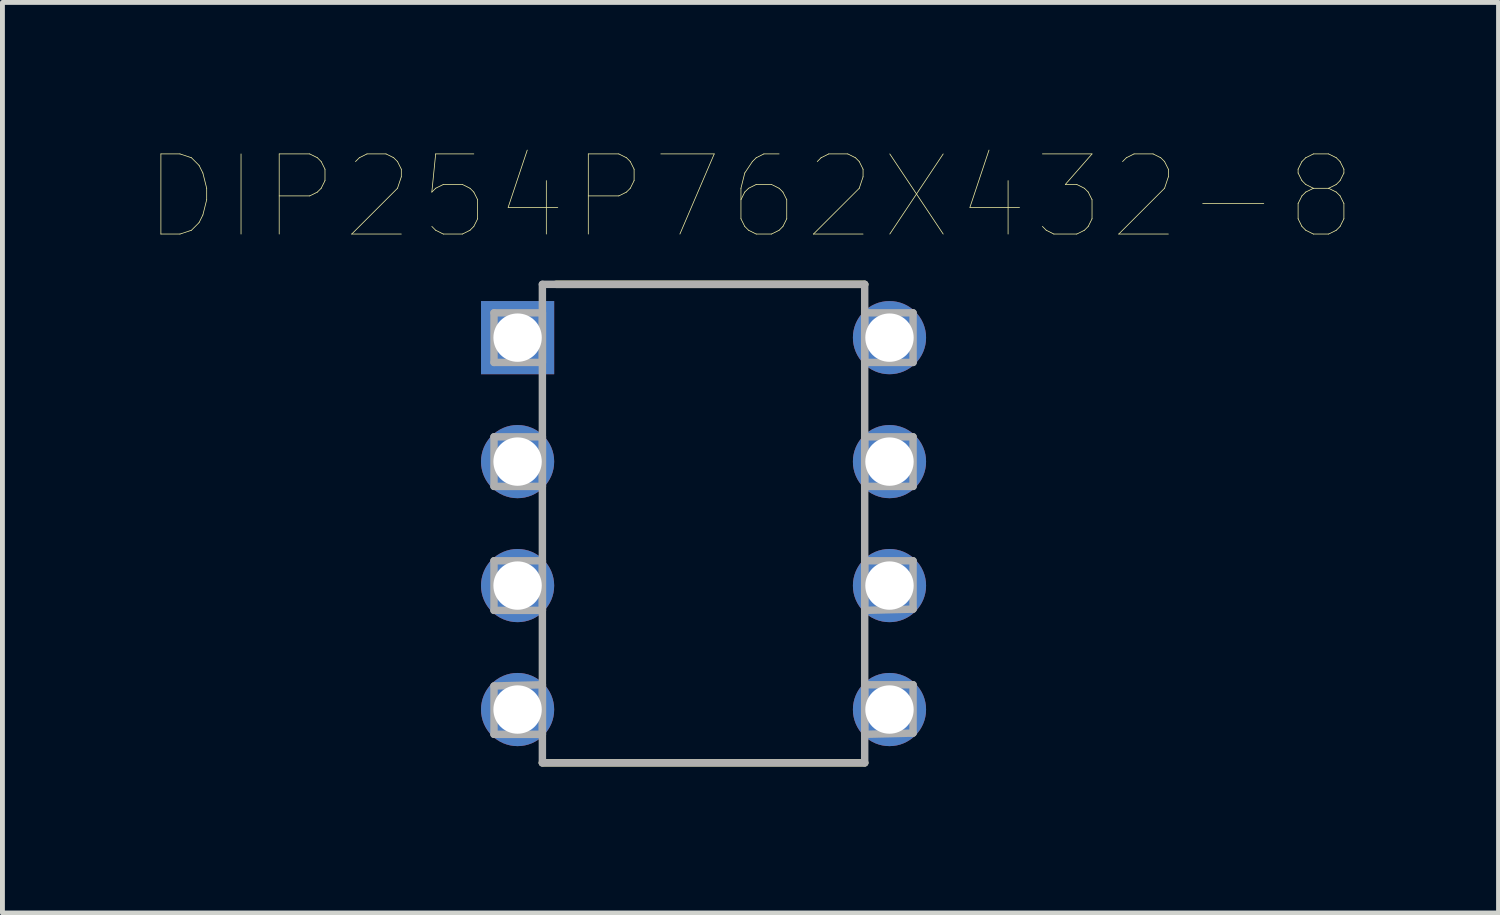
<source format=kicad_pcb>
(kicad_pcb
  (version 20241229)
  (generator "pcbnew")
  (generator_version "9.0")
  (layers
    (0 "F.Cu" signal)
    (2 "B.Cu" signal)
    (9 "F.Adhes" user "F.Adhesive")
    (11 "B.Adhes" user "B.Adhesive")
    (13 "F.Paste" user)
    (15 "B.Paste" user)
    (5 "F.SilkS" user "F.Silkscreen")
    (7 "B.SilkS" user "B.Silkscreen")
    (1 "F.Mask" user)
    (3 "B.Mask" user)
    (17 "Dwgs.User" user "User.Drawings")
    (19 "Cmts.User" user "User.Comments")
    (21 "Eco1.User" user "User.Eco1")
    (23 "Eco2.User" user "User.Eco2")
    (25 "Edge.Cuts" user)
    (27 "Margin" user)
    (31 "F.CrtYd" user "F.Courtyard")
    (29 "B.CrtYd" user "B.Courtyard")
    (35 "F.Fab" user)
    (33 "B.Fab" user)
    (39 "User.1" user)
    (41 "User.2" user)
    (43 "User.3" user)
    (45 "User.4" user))
  (footprint "DIP254P762X432-8"
    (layer "F.Cu")
    (at 15.175 11.488)
    (property "Reference" "DIP254P762X432-8" (at -2.848 -10.501 0) (layer "F.SilkS") (effects (font (size 1.642 1.642) (thickness 0.015))))
    (attr through_hole)
    (fp_line (start -7.112 1.092) (end -0.508 1.092) (stroke (width 0.152) (type solid)) (layer "F.SilkS"))
    (fp_line (start -0.508 -8.712) (end -6.833 -8.712) (stroke (width 0.152) (type solid)) (layer "F.SilkS"))
    (fp_line (start -8.103 -8.128) (end -8.103 -7.112) (stroke (width 0.152) (type solid)) (layer "F.Fab"))
    (fp_line (start -8.103 -7.112) (end -7.112 -7.112) (stroke (width 0.152) (type solid)) (layer "F.Fab"))
    (fp_line (start -8.103 -5.588) (end -8.103 -4.572) (stroke (width 0.152) (type solid)) (layer "F.Fab"))
    (fp_line (start -8.103 -4.572) (end -7.112 -4.572) (stroke (width 0.152) (type solid)) (layer "F.Fab"))
    (fp_line (start -8.103 -3.048) (end -8.103 -2.032) (stroke (width 0.152) (type solid)) (layer "F.Fab"))
    (fp_line (start -8.103 -2.032) (end -7.112 -2.032) (stroke (width 0.152) (type solid)) (layer "F.Fab"))
    (fp_line (start -8.103 -0.483) (end -8.103 0.508) (stroke (width 0.152) (type solid)) (layer "F.Fab"))
    (fp_line (start -8.103 0.508) (end -7.112 0.508) (stroke (width 0.152) (type solid)) (layer "F.Fab"))
    (fp_line (start -7.112 -8.712) (end -7.112 1.092) (stroke (width 0.152) (type solid)) (layer "F.Fab"))
    (fp_line (start -7.112 -8.128) (end -8.103 -8.128) (stroke (width 0.152) (type solid)) (layer "F.Fab"))
    (fp_line (start -7.112 -7.112) (end -7.112 -8.128) (stroke (width 0.152) (type solid)) (layer "F.Fab"))
    (fp_line (start -7.112 -5.588) (end -8.103 -5.588) (stroke (width 0.152) (type solid)) (layer "F.Fab"))
    (fp_line (start -7.112 -4.572) (end -7.112 -5.588) (stroke (width 0.152) (type solid)) (layer "F.Fab"))
    (fp_line (start -7.112 -3.048) (end -8.103 -3.048) (stroke (width 0.152) (type solid)) (layer "F.Fab"))
    (fp_line (start -7.112 -2.032) (end -7.112 -3.048) (stroke (width 0.152) (type solid)) (layer "F.Fab"))
    (fp_line (start -7.112 -0.508) (end -8.103 -0.483) (stroke (width 0.152) (type solid)) (layer "F.Fab"))
    (fp_line (start -7.112 0.508) (end -7.112 -0.508) (stroke (width 0.152) (type solid)) (layer "F.Fab"))
    (fp_line (start -7.112 1.092) (end -0.508 1.092) (stroke (width 0.152) (type solid)) (layer "F.Fab"))
    (fp_line (start -0.508 -8.712) (end -7.112 -8.712) (stroke (width 0.152) (type solid)) (layer "F.Fab"))
    (fp_line (start -0.508 -8.128) (end -0.508 -7.112) (stroke (width 0.152) (type solid)) (layer "F.Fab"))
    (fp_line (start -0.508 -7.112) (end 0.483 -7.112) (stroke (width 0.152) (type solid)) (layer "F.Fab"))
    (fp_line (start -0.508 -5.588) (end -0.508 -4.572) (stroke (width 0.152) (type solid)) (layer "F.Fab"))
    (fp_line (start -0.508 -4.572) (end 0.483 -4.572) (stroke (width 0.152) (type solid)) (layer "F.Fab"))
    (fp_line (start -0.508 -3.048) (end -0.508 -2.032) (stroke (width 0.152) (type solid)) (layer "F.Fab"))
    (fp_line (start -0.508 -2.032) (end 0.483 -2.057) (stroke (width 0.152) (type solid)) (layer "F.Fab"))
    (fp_line (start -0.508 -0.508) (end -0.508 0.508) (stroke (width 0.152) (type solid)) (layer "F.Fab"))
    (fp_line (start -0.508 0.508) (end 0.483 0.483) (stroke (width 0.152) (type solid)) (layer "F.Fab"))
    (fp_line (start -0.508 1.092) (end -0.508 -8.712) (stroke (width 0.152) (type solid)) (layer "F.Fab"))
    (fp_line (start 0.483 -8.128) (end -0.508 -8.128) (stroke (width 0.152) (type solid)) (layer "F.Fab"))
    (fp_line (start 0.483 -7.112) (end 0.483 -8.128) (stroke (width 0.152) (type solid)) (layer "F.Fab"))
    (fp_line (start 0.483 -5.588) (end -0.508 -5.588) (stroke (width 0.152) (type solid)) (layer "F.Fab"))
    (fp_line (start 0.483 -4.572) (end 0.483 -5.588) (stroke (width 0.152) (type solid)) (layer "F.Fab"))
    (fp_line (start 0.483 -3.048) (end -0.508 -3.048) (stroke (width 0.152) (type solid)) (layer "F.Fab"))
    (fp_line (start 0.483 -2.057) (end 0.483 -3.048) (stroke (width 0.152) (type solid)) (layer "F.Fab"))
    (fp_line (start 0.483 -0.508) (end -0.508 -0.508) (stroke (width 0.152) (type solid)) (layer "F.Fab"))
    (fp_line (start 0.483 0.483) (end 0.483 -0.508) (stroke (width 0.152) (type solid)) (layer "F.Fab"))
    (pad "1" thru_hole rect (at -7.62 -7.62) (size 1.499 1.499) (drill 0.991) (layers "*.Cu" "*.Mask"))
    (pad "2" thru_hole circle (at -7.62 -5.08) (size 1.499 1.499) (drill 0.991) (layers "*.Cu" "*.Mask"))
    (pad "3" thru_hole circle (at -7.62 -2.54) (size 1.499 1.499) (drill 0.991) (layers "*.Cu" "*.Mask"))
    (pad "4" thru_hole circle (at -7.62 0) (size 1.499 1.499) (drill 0.991) (layers "*.Cu" "*.Mask"))
    (pad "5" thru_hole circle (at 0 0) (size 1.499 1.499) (drill 0.991) (layers "*.Cu" "*.Mask"))
    (pad "6" thru_hole circle (at 0 -2.54) (size 1.499 1.499) (drill 0.991) (layers "*.Cu" "*.Mask"))
    (pad "7" thru_hole circle (at 0 -5.08) (size 1.499 1.499) (drill 0.991) (layers "*.Cu" "*.Mask"))
    (pad "8" thru_hole circle (at 0 -7.62) (size 1.499 1.499) (drill 0.991) (layers "*.Cu" "*.Mask")))
  (gr_rect
    (start -3 -3)
    (end 27.654 15.656)
    (stroke (width 0.1) (type default))
    (fill no)
    (layer "Edge.Cuts")))
</source>
